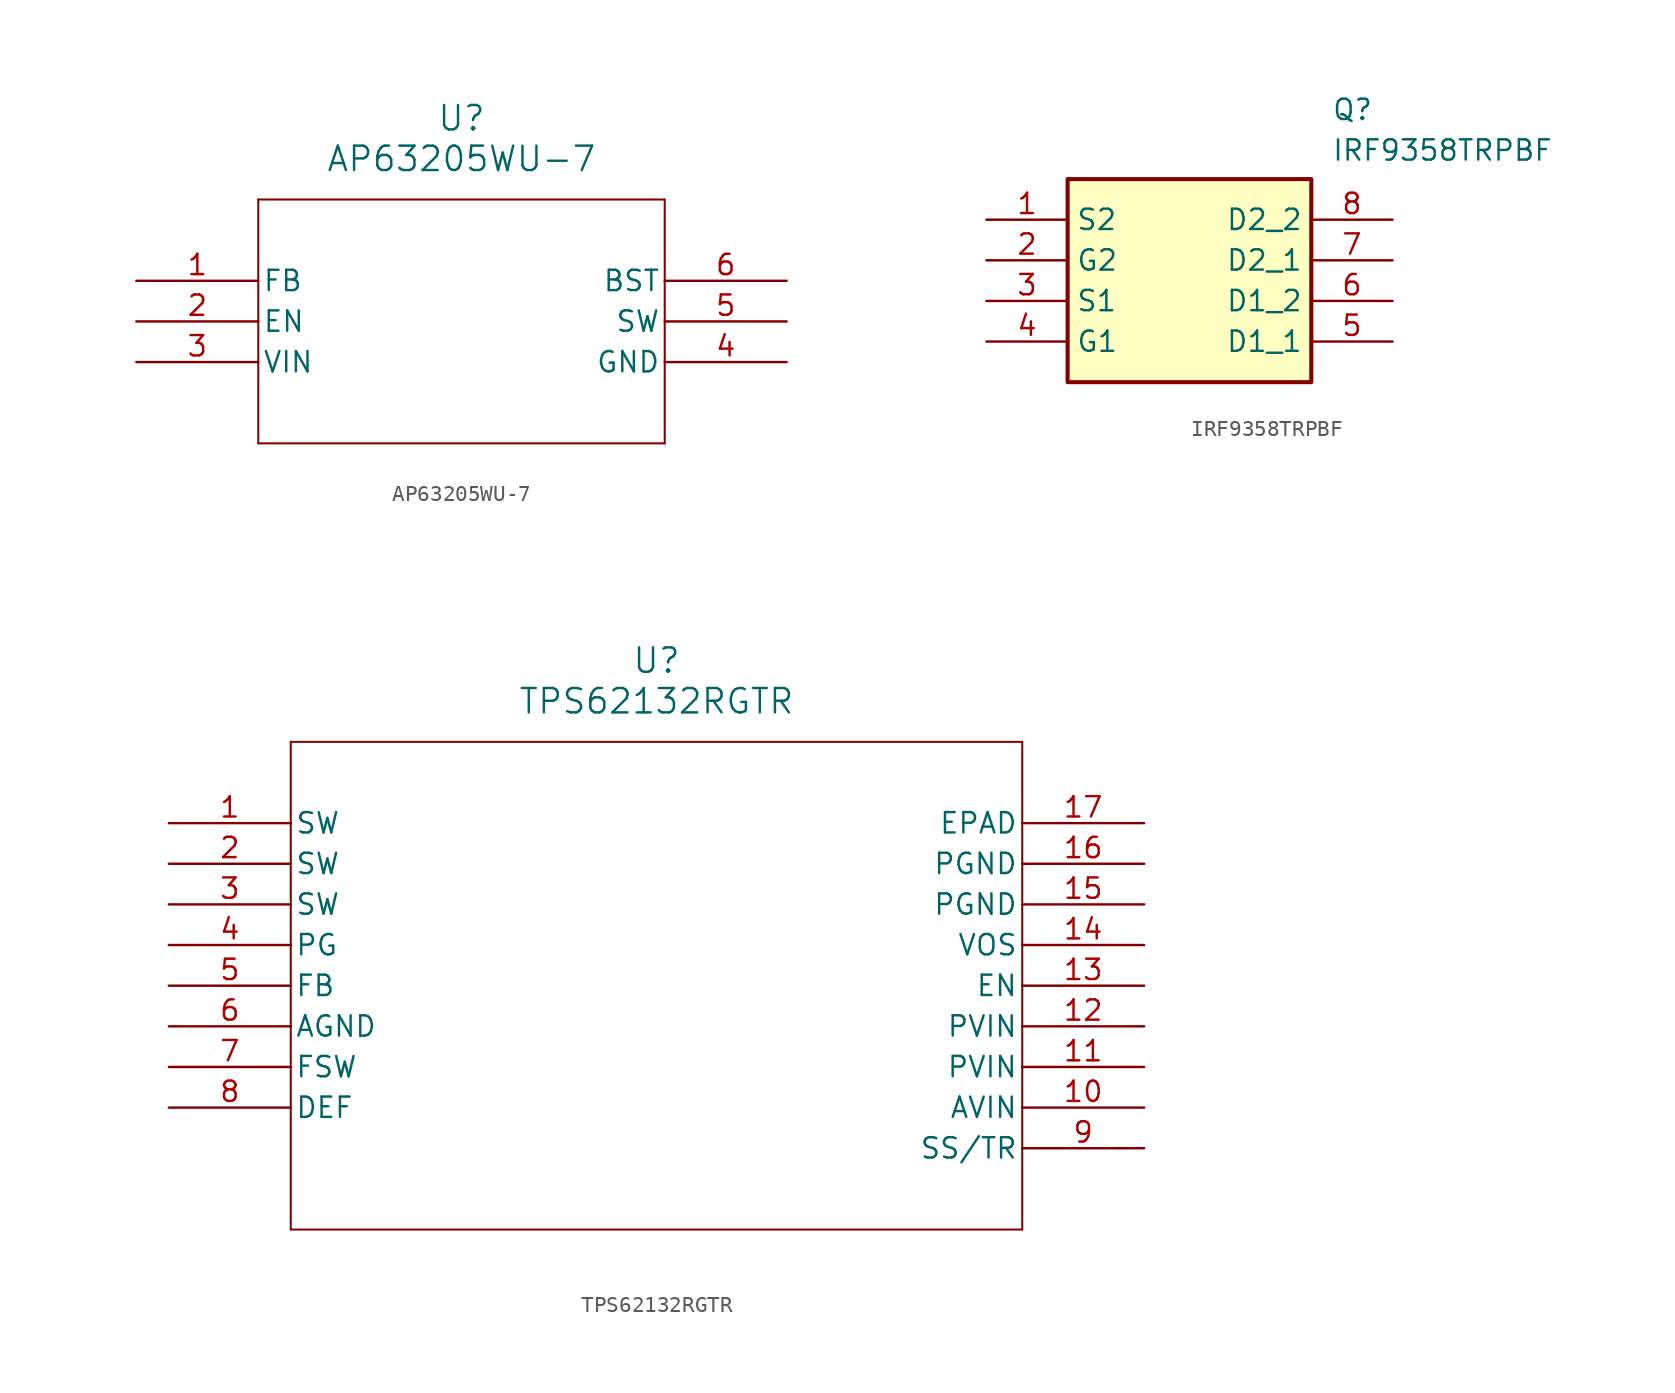
<source format=kicad_sym>
(kicad_symbol_lib
  (version 20241209)
  (generator "kicad_symbol_editor")
  (generator_version "9.0")
  (symbol "AP63205WU-7"
    (pin_names
      (offset 0.254))
    (property "Reference" "U"
      (at 20.32 10.16 0)
      (effects (font (size 1.524 1.524))))
    (property "Value" "AP63205WU-7"
      (at 20.32 7.62 0)
      (effects (font (size 1.524 1.524))))
    (property "ki_locked" ""
      (at 0 0 0)
      (effects (font (size 1.27 1.27))))
    (symbol "AP63205WU-7_0_1"
      (polyline (pts (xy 7.62 5.08) (xy 7.62 -10.16)) (stroke (width 0.127) (type default)) (fill (type none)))
      (polyline (pts (xy 7.62 -10.16) (xy 33.02 -10.16)) (stroke (width 0.127) (type default)) (fill (type none)))
      (polyline (pts (xy 33.02 5.08) (xy 7.62 5.08)) (stroke (width 0.127) (type default)) (fill (type none)))
      (polyline (pts (xy 33.02 -10.16) (xy 33.02 5.08)) (stroke (width 0.127) (type default)) (fill (type none)))
      (pin unspecified line (at 0 0 0) (length 7.62) (name "FB" (effects (font (size 1.27 1.27)))) (number "1" (effects (font (size 1.27 1.27)))))
      (pin unspecified line (at 0 -2.54 0) (length 7.62) (name "EN" (effects (font (size 1.27 1.27)))) (number "2" (effects (font (size 1.27 1.27)))))
      (pin unspecified line (at 0 -5.08 0) (length 7.62) (name "VIN" (effects (font (size 1.27 1.27)))) (number "3" (effects (font (size 1.27 1.27)))))
      (pin unspecified line (at 40.64 0 180) (length 7.62) (name "BST" (effects (font (size 1.27 1.27)))) (number "6" (effects (font (size 1.27 1.27)))))
      (pin unspecified line (at 40.64 -2.54 180) (length 7.62) (name "SW" (effects (font (size 1.27 1.27)))) (number "5" (effects (font (size 1.27 1.27)))))
      (pin power_out line (at 40.64 -5.08 180) (length 7.62) (name "GND" (effects (font (size 1.27 1.27)))) (number "4" (effects (font (size 1.27 1.27)))))))
  (symbol "IRF9358TRPBF"
    (property "Reference" "Q"
      (at 21.59 7.62 0)
      (effects (font (size 1.27 1.27)) (justify left top)))
    (property "Value" "IRF9358TRPBF"
      (at 21.59 5.08 0)
      (effects (font (size 1.27 1.27)) (justify left top)))
    (symbol "IRF9358TRPBF_1_1"
      (rectangle (start 5.08 2.54) (end 20.32 -10.16) (stroke (width 0.254) (type default)) (fill (type background)))
      (pin passive line (at 0 0 0) (length 5.08) (name "S2" (effects (font (size 1.27 1.27)))) (number "1" (effects (font (size 1.27 1.27)))))
      (pin passive line (at 0 -2.54 0) (length 5.08) (name "G2" (effects (font (size 1.27 1.27)))) (number "2" (effects (font (size 1.27 1.27)))))
      (pin passive line (at 0 -5.08 0) (length 5.08) (name "S1" (effects (font (size 1.27 1.27)))) (number "3" (effects (font (size 1.27 1.27)))))
      (pin passive line (at 0 -7.62 0) (length 5.08) (name "G1" (effects (font (size 1.27 1.27)))) (number "4" (effects (font (size 1.27 1.27)))))
      (pin passive line (at 25.4 0 180) (length 5.08) (name "D2_2" (effects (font (size 1.27 1.27)))) (number "8" (effects (font (size 1.27 1.27)))))
      (pin passive line (at 25.4 -2.54 180) (length 5.08) (name "D2_1" (effects (font (size 1.27 1.27)))) (number "7" (effects (font (size 1.27 1.27)))))
      (pin passive line (at 25.4 -5.08 180) (length 5.08) (name "D1_2" (effects (font (size 1.27 1.27)))) (number "6" (effects (font (size 1.27 1.27)))))
      (pin passive line (at 25.4 -7.62 180) (length 5.08) (name "D1_1" (effects (font (size 1.27 1.27)))) (number "5" (effects (font (size 1.27 1.27)))))))
  (symbol "TPS62132RGTR"
    (pin_names
      (offset 0.254))
    (property "Reference" "U"
      (at 30.48 10.16 0)
      (effects (font (size 1.524 1.524))))
    (property "Value" "TPS62132RGTR"
      (at 30.48 7.62 0)
      (effects (font (size 1.524 1.524))))
    (property "ki_locked" ""
      (at 0 0 0)
      (effects (font (size 1.27 1.27))))
    (symbol "TPS62132RGTR_0_1"
      (polyline (pts (xy 7.62 5.08) (xy 7.62 -25.4)) (stroke (width 0.127) (type default)) (fill (type none)))
      (polyline (pts (xy 7.62 -25.4) (xy 53.34 -25.4)) (stroke (width 0.127) (type default)) (fill (type none)))
      (polyline (pts (xy 53.34 5.08) (xy 7.62 5.08)) (stroke (width 0.127) (type default)) (fill (type none)))
      (polyline (pts (xy 53.34 -25.4) (xy 53.34 5.08)) (stroke (width 0.127) (type default)) (fill (type none)))
      (pin output line (at 0 0 0) (length 7.62) (name "SW" (effects (font (size 1.27 1.27)))) (number "1" (effects (font (size 1.27 1.27)))))
      (pin output line (at 0 -2.54 0) (length 7.62) (name "SW" (effects (font (size 1.27 1.27)))) (number "2" (effects (font (size 1.27 1.27)))))
      (pin output line (at 0 -5.08 0) (length 7.62) (name "SW" (effects (font (size 1.27 1.27)))) (number "3" (effects (font (size 1.27 1.27)))))
      (pin output line (at 0 -7.62 0) (length 7.62) (name "PG" (effects (font (size 1.27 1.27)))) (number "4" (effects (font (size 1.27 1.27)))))
      (pin input line (at 0 -10.16 0) (length 7.62) (name "FB" (effects (font (size 1.27 1.27)))) (number "5" (effects (font (size 1.27 1.27)))))
      (pin power_in line (at 0 -12.7 0) (length 7.62) (name "AGND" (effects (font (size 1.27 1.27)))) (number "6" (effects (font (size 1.27 1.27)))))
      (pin input line (at 0 -15.24 0) (length 7.62) (name "FSW" (effects (font (size 1.27 1.27)))) (number "7" (effects (font (size 1.27 1.27)))))
      (pin input line (at 0 -17.78 0) (length 7.62) (name "DEF" (effects (font (size 1.27 1.27)))) (number "8" (effects (font (size 1.27 1.27)))))
      (pin unspecified line (at 60.96 0 180) (length 7.62) (name "EPAD" (effects (font (size 1.27 1.27)))) (number "17" (effects (font (size 1.27 1.27)))))
      (pin power_in line (at 60.96 -2.54 180) (length 7.62) (name "PGND" (effects (font (size 1.27 1.27)))) (number "16" (effects (font (size 1.27 1.27)))))
      (pin power_in line (at 60.96 -5.08 180) (length 7.62) (name "PGND" (effects (font (size 1.27 1.27)))) (number "15" (effects (font (size 1.27 1.27)))))
      (pin input line (at 60.96 -7.62 180) (length 7.62) (name "VOS" (effects (font (size 1.27 1.27)))) (number "14" (effects (font (size 1.27 1.27)))))
      (pin input line (at 60.96 -10.16 180) (length 7.62) (name "EN" (effects (font (size 1.27 1.27)))) (number "13" (effects (font (size 1.27 1.27)))))
      (pin input line (at 60.96 -12.7 180) (length 7.62) (name "PVIN" (effects (font (size 1.27 1.27)))) (number "12" (effects (font (size 1.27 1.27)))))
      (pin input line (at 60.96 -15.24 180) (length 7.62) (name "PVIN" (effects (font (size 1.27 1.27)))) (number "11" (effects (font (size 1.27 1.27)))))
      (pin input line (at 60.96 -17.78 180) (length 7.62) (name "AVIN" (effects (font (size 1.27 1.27)))) (number "10" (effects (font (size 1.27 1.27)))))
      (pin input line (at 60.96 -20.32 180) (length 7.62) (name "SS/TR" (effects (font (size 1.27 1.27)))) (number "9" (effects (font (size 1.27 1.27))))))))
</source>
